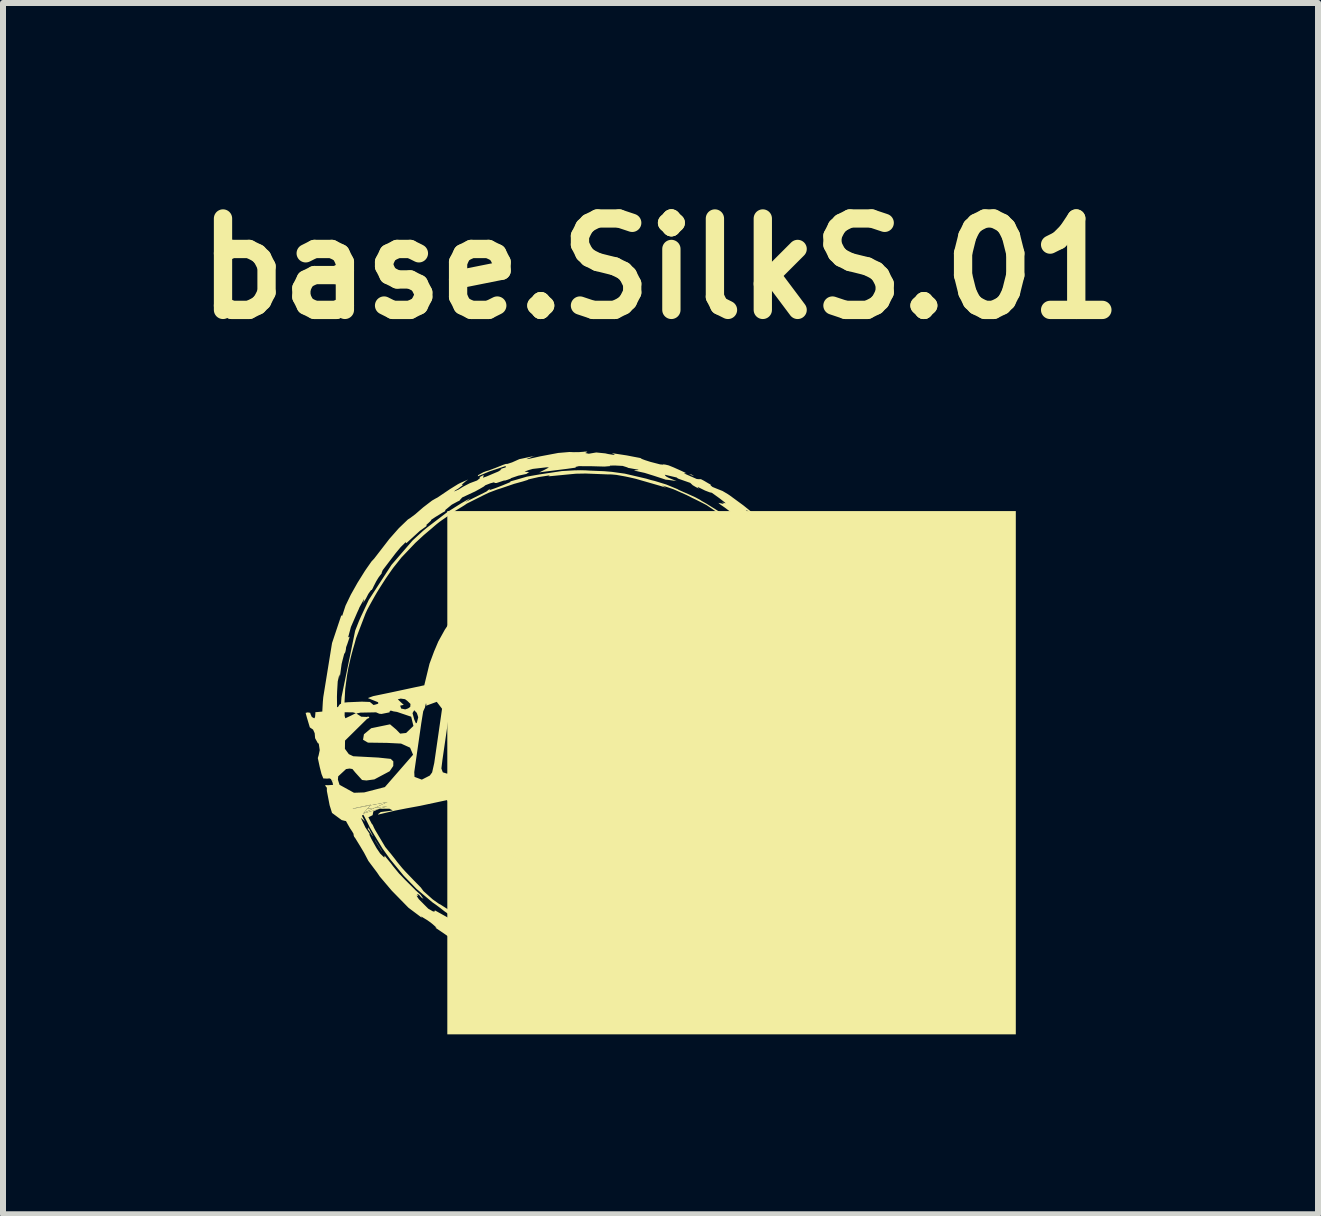
<source format=kicad_pcb>
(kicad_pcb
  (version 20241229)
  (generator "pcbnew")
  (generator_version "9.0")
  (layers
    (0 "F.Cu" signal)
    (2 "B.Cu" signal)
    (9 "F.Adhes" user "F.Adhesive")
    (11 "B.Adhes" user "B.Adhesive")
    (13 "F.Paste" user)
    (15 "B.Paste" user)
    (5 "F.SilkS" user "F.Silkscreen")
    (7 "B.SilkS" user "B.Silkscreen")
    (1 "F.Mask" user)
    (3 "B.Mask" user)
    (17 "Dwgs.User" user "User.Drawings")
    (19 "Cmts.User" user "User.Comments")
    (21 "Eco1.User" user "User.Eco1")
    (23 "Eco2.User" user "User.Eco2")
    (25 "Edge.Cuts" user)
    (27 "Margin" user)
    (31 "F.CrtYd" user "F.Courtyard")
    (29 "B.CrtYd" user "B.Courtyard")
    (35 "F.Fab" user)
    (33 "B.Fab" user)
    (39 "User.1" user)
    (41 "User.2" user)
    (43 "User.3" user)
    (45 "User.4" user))
  (footprint "base.SilkS.01"
    (layer "F.Cu")
    (at 7.961 9.334)
    (property "Reference" "base.SilkS.01" (at 0 -7.907 0) (layer "F.SilkS") (effects (font (size 1.524 1.524) (thickness 0.305))))
    (attr smd)
    (fp_poly (pts (xy -3.554 0.498) (xy -3.554 -3.864) (xy 1.185 -3.864) (xy 5.923 -3.864) (xy 5.923 0.498) (xy 5.923 4.859) (xy 1.185 4.859) (xy -3.554 4.859) (xy -3.554 0.498)) (stroke (width 0) (type solid)) (fill yes) (layer "F.SilkS"))
    (fp_poly (pts (xy -1.322 3.857) (xy -1.45 3.853) (xy -1.923 3.815) (xy -2.162 3.767) (xy -2.298 3.725) (xy -2.236 3.74) (xy -2.137 3.769) (xy -2.103 3.775) (xy -2.094 3.767) (xy -2.11 3.748) (xy -2.2 3.724) (xy -2.264 3.705) (xy -2.421 3.675) (xy -2.524 3.653) (xy -2.567 3.644) (xy -2.6 3.634) (xy -2.637 3.621) (xy -2.691 3.603) (xy -2.874 3.552) (xy -2.882 3.546) (xy -2.897 3.53) (xy -2.927 3.518) (xy -3.045 3.482) (xy -3.199 3.423) (xy -3.226 3.402) (xy -3.217 3.399) (xy -3.252 3.381) (xy -3.431 3.291) (xy -3.508 3.251) (xy -3.515 3.244) (xy -3.623 3.169) (xy -3.75 3.083) (xy -3.755 3.076) (xy -3.746 3.081) (xy -3.734 3.081) (xy -3.764 3.053) (xy -3.798 3.023) (xy -3.831 2.996) (xy -3.889 2.955) (xy -3.991 2.893) (xy -5.464 0.637) (xy -5.452 0.636) (xy -5.452 0.636) (xy -5.462 0.626) (xy -5.464 0.637) (xy -3.991 2.893) (xy -3.978 2.916) (xy -4.201 2.749) (xy -5.351 0.699) (xy -5.11 0.832) (xy -4.939 0.826) (xy -4.939 0.826) (xy -4.595 0.737) (xy -4.125 0.198) (xy -4.175 0.08) (xy -4.325 0.012) (xy -4.557 0.000433) (xy -4.877 -0.004) (xy -4.959 -0.052) (xy -4.944 -0.143) (xy -4.823 -0.244) (xy -4.509 -0.309) (xy -4.406 -0.222) (xy -4.34 -0.154) (xy -4.241 -0.165) (xy -4.119 -0.282) (xy -4.156 -0.436) (xy -4.393 -0.516) (xy -4.452 -0.525) (xy -4.498 -0.539) (xy -4.518 -0.521) (xy -4.516 -0.509) (xy -4.537 -0.505) (xy -4.651 -0.482) (xy -4.689 -0.486) (xy -4.742 -0.509) (xy -5.003 -0.504) (xy -5.07 -0.489) (xy -4.988 -0.436) (xy -4.889 -0.432) (xy -4.876 -0.442) (xy -4.863 -0.432) (xy -4.853 -0.418) (xy -4.892 -0.4) (xy -5.259 -0.038) (xy -5.261 0.099) (xy -5.196 0.188) (xy -5.122 0.223) (xy -4.705 0.245) (xy -4.497 0.267) (xy -4.454 0.309) (xy -4.455 0.385) (xy -4.515 0.473) (xy -4.77 0.609) (xy -4.903 0.627) (xy -4.975 0.619) (xy -5.09 0.492) (xy -5.136 0.436) (xy -5.184 0.428) (xy -5.242 0.437) (xy -5.373 0.558) (xy -5.378 0.613) (xy -5.351 0.699) (xy -4.201 2.749) (xy -4.48 2.464) (xy -4.68 2.228) (xy -4.726 2.16) (xy -4.832 2.019) (xy -4.87 1.968) (xy -4.942 1.831) (xy -5.01 1.717) (xy -5.096 1.577) (xy -5.104 1.572) (xy -5.116 1.539) (xy -5.117 1.517) (xy -5.139 1.479) (xy -5.175 1.425) (xy -4.058 0.158) (xy -4.105 0.487) (xy -4.101 0.567) (xy -3.979 0.613) (xy -3.979 0.613) (xy -3.846 0.545) (xy -3.807 0.492) (xy -3.772 0.336) (xy -3.656 -0.468) (xy -3.642 -0.569) (xy -3.73 -0.684) (xy -3.892 -0.625) (xy -3.903 -0.615) (xy -3.904 -0.639) (xy -3.909 -0.662) (xy -3.919 -0.626) (xy -3.926 -0.591) (xy -3.956 -0.526) (xy -3.988 -0.328) (xy -4.058 0.158) (xy -5.175 1.425) (xy -5.214 1.357) (xy -5.243 1.304) (xy -3.508 0.506) (xy -3.364 0.382) (xy -3.352 0.34) (xy -3.248 -0.384) (xy -3.244 -0.388) (xy -3.001 -0.097) (xy -2.669 0.276) (xy -2.584 0.291) (xy -2.441 0.248) (xy -2.373 0.18) (xy -2.362 0.166) (xy -2.356 0.174) (xy -2.317 0.208) (xy -2.272 0.217) (xy -2.169 0.195) (xy -1.992 -0.044) (xy -1.927 -0.159) (xy -1.298 -0.302) (xy -1.268 -0.229) (xy -1.199 -0.074) (xy -1.058 -0.054) (xy -0.96 -0.117) (xy -0.923 -0.281) (xy -1.08 -0.668) (xy -1.25 -1.081) (xy -1.354 -1.208) (xy -1.519 -1.193) (xy -1.691 -1.059) (xy -2.273 -0.051) (xy -2.33 0.042) (xy -2.311 -0.102) (xy -2.243 -0.579) (xy -2.194 -0.931) (xy -2.213 -0.991) (xy -2.275 -1.016) (xy -2.472 -0.901) (xy -2.497 -0.805) (xy -2.592 -0.139) (xy -2.599 -0.105) (xy -3.123 -0.722) (xy -3.259 -0.795) (xy -3.397 -0.747) (xy -3.507 -0.595) (xy -3.563 -0.215) (xy -3.635 0.281) (xy -3.653 0.427) (xy -3.629 0.491) (xy -3.558 0.513) (xy -3.508 0.506) (xy -3.508 0.506) (xy -5.243 1.304) (xy -5.268 1.299) (xy -4.686 1.099) (xy -4.787 1.142) (xy -4.793 1.173) (xy -4.799 1.205) (xy -4.852 1.232) (xy -4.87 1.24) (xy -4.814 1.348) (xy -4.798 1.366) (xy -4.789 1.386) (xy -4.775 1.418) (xy -4.754 1.457) (xy -4.589 1.735) (xy -4.519 1.821) (xy -4.496 1.848) (xy -4.426 1.937) (xy -4.389 1.986) (xy -4.308 2.085) (xy -4.253 2.146) (xy -4.108 2.297) (xy -3.996 2.411) (xy -3.951 2.472) (xy -3.798 2.609) (xy -3.692 2.684) (xy -3.672 2.693) (xy -3.312 2.923) (xy -3.221 2.979) (xy -2.926 3.128) (xy -2.87 3.149) (xy -2.493 3.293) (xy -2.443 3.307) (xy -2.351 3.331) (xy -2.014 3.411) (xy -1.976 3.417) (xy -1.851 3.437) (xy -1.805 3.444) (xy -1.766 3.451) (xy -1.747 3.458) (xy -1.741 3.465) (xy -1.716 3.468) (xy -1.588 3.478) (xy -1.448 3.487) (xy -1.393 3.488) (xy -1.215 3.487) (xy -1.215 3.487) (xy -1.176 3.48) (xy -1.117 3.475) (xy -0.653 3.432) (xy -0.615 3.428) (xy -0.471 3.401) (xy -0.372 3.378) (xy -0.256 3.351) (xy -0.201 3.338) (xy 0.079 3.247) (xy 0.216 3.188) (xy 0.255 3.174) (xy 0.46 3.085) (xy 0.542 3.039) (xy 0.767 2.915) (xy 0.814 2.884) (xy 1.005 2.759) (xy 1.085 2.702) (xy 1.216 2.601) (xy 1.415 2.431) (xy 1.457 2.395) (xy 1.609 2.247) (xy 1.629 2.23) (xy 1.663 2.204) (xy 1.757 2.091) (xy 1.794 2.041) (xy 1.873 1.942) (xy 1.912 1.89) (xy 1.942 1.849) (xy 2.014 1.75) (xy 2.046 1.706) (xy 2.092 1.634) (xy 2.267 1.329) (xy 2.34 1.184) (xy 2.381 1.102) (xy 2.412 1.043) (xy 2.473 0.885) (xy 2.499 0.802) (xy 2.524 0.735) (xy 2.538 0.696) (xy 2.608 0.442) (xy 2.628 0.363) (xy 2.659 0.229) (xy 2.674 0.15) (xy 2.696 -0.004) (xy 2.716 -0.178) (xy 2.729 -0.321) (xy 2.736 -0.418) (xy 2.736 -0.444) (xy 2.641 -0.428) (xy 2.532 -0.408) (xy 2.478 -0.418) (xy 2.437 -0.426) (xy 2.425 -0.41) (xy 2.295 -0.349) (xy 2.191 -0.328) (xy 1.966 -0.279) (xy 1.964 -0.284) (xy 1.969 -0.307) (xy 1.891 -0.386) (xy 1.852 -0.393) (xy 1.807 -0.341) (xy 1.842 -0.273) (xy 1.847 -0.256) (xy 1.654 -0.209) (xy 1.463 -0.164) (xy 1.454 -0.114) (xy 1.407 0.123) (xy 1.351 0.328) (xy 1.266 0.548) (xy 0.772 1.332) (xy 0.447 1.65) (xy 0.403 1.682) (xy 0.337 1.729) (xy 0.283 1.765) (xy 0.261 1.778) (xy 0.111 1.876) (xy -0.29 2.071) (xy -0.374 2.101) (xy -0.983 2.228) (xy -1.061 2.235) (xy -1.454 2.234) (xy -1.752 2.191) (xy -1.773 2.183) (xy -1.819 2.171) (xy -1.872 2.158) (xy -1.948 2.141) (xy -2.025 2.121) (xy -2.078 2.106) (xy -2.147 2.083) (xy -2.268 2.039) (xy -2.348 2.006) (xy -2.435 1.969) (xy -2.674 1.836) (xy -2.751 1.785) (xy -2.809 1.742) (xy -2.942 1.644) (xy -3.034 1.574) (xy -3.249 1.365) (xy -3.418 1.16) (xy -3.463 1.097) (xy -3.51 1.03) (xy -3.558 0.954) (xy -4.008 1.05) (xy -4.236 1.092) (xy -4.424 1.129) (xy -4.709 1.196) (xy -4.706 1.186) (xy -4.663 1.153) (xy -4.519 1.135) (xy -4.463 1.127) (xy -4.519 1.098) (xy -4.686 1.099) (xy -5.268 1.299) (xy -5.315 1.287) (xy 0.076 -0.333) (xy 0.213 -0.495) (xy 0.169 -0.537) (xy 0.085 -0.538) (xy -0.251 -0.462) (xy -0.567 -0.392) (xy -0.478 -1.018) (xy -0.447 -1.372) (xy -0.487 -1.408) (xy -0.531 -1.415) (xy -0.746 -1.277) (xy -0.791 -1.009) (xy -0.861 -0.524) (xy -0.901 -0.242) (xy -0.892 -0.178) (xy -0.774 -0.14) (xy -0.774 -0.14) (xy 0.076 -0.333) (xy -5.315 1.287) (xy -5.476 1.168) (xy -3.42 0.923) (xy -3.493 0.936) (xy -3.501 0.941) (xy -3.414 1.067) (xy -3.309 1.197) (xy -3.269 1.244) (xy -3.22 1.298) (xy -3.126 1.394) (xy -3.061 1.463) (xy -3.057 1.472) (xy -3.049 1.485) (xy -2.885 1.636) (xy -2.859 1.648) (xy -2.845 1.653) (xy -2.646 1.779) (xy -2.539 1.845) (xy -2.339 1.945) (xy -2.295 1.961) (xy -2.041 2.057) (xy -2.018 2.062) (xy -1.961 2.077) (xy -1.74 2.131) (xy -1.687 2.14) (xy -1.628 2.148) (xy -1.585 2.155) (xy -1.559 2.161) (xy -1.548 2.167) (xy -1.535 2.174) (xy -1.434 2.183) (xy -1.25 2.19) (xy -1.201 2.188) (xy -1.201 2.188) (xy -1.17 2.181) (xy -1.118 2.176) (xy -0.881 2.156) (xy -0.786 2.145) (xy -0.691 2.127) (xy -0.63 2.112) (xy -0.555 2.095) (xy -0.509 2.085) (xy -0.406 2.058) (xy -0.232 1.982) (xy -0.212 1.975) (xy -0.07 1.917) (xy -0.012 1.883) (xy 0.131 1.804) (xy 0.172 1.777) (xy 0.31 1.686) (xy 0.357 1.654) (xy 0.561 1.486) (xy 0.6 1.454) (xy 0.702 1.356) (xy 0.718 1.344) (xy 0.742 1.327) (xy 0.805 1.249) (xy 0.841 1.201) (xy 0.871 1.164) (xy 0.895 1.131) (xy 0.944 1.062) (xy 0.971 1.027) (xy 1.004 0.982) (xy 1.036 0.934) (xy 1.142 0.747) (xy 1.193 0.648) (xy 1.218 0.599) (xy 1.24 0.56) (xy 1.29 0.435) (xy 1.302 0.394) (xy 1.321 0.344) (xy 1.336 0.304) (xy 1.378 0.149) (xy 1.394 0.089) (xy 1.424 -0.038) (xy 1.438 -0.156) (xy 1.362 -0.144) (xy 1.286 -0.125) (xy 1.28 -0.1) (xy 1.216 0.134) (xy 1.195 0.21) (xy 1.166 0.306) (xy 1.138 0.373) (xy 1.119 0.416) (xy 1.086 0.483) (xy 0.711 1.117) (xy 0.49 1.369) (xy 0.454 1.41) (xy 0.433 1.439) (xy 0.376 1.512) (xy 0.359 1.531) (xy 0.338 1.549) (xy 0.32 1.567) (xy 0.316 1.568) (xy 0.319 1.551) (xy 0.216 1.626) (xy 0.192 1.643) (xy 0.193 1.629) (xy 0.163 1.642) (xy 0.147 1.662) (xy -0.21 1.891) (xy -0.296 1.939) (xy -0.331 1.952) (xy -0.388 1.971) (xy -0.659 2.056) (xy -0.995 2.104) (xy -1.036 2.101) (xy -1.056 2.102) (xy -1.293 2.115) (xy -1.511 2.11) (xy -1.763 2.065) (xy -1.847 2.035) (xy -1.796 2.05) (xy -1.729 2.066) (xy -1.719 2.045) (xy -1.738 2.042) (xy -1.782 2.027) (xy -1.841 2.011) (xy -1.921 1.998) (xy -1.984 1.988) (xy -2.007 1.984) (xy -2.028 1.978) (xy -2.047 1.971) (xy -2.112 1.952) (xy -2.169 1.94) (xy -2.194 1.93) (xy -2.187 1.926) (xy -2.194 1.921) (xy -2.205 1.917) (xy -2.221 1.911) (xy -2.283 1.896) (xy -2.387 1.864) (xy -2.402 1.848) (xy -2.397 1.844) (xy -2.42 1.832) (xy -2.455 1.818) (xy -2.519 1.785) (xy -2.585 1.745) (xy -2.64 1.707) (xy -2.714 1.655) (xy -2.714 1.652) (xy -2.706 1.653) (xy -2.724 1.628) (xy -2.756 1.597) (xy -2.794 1.571) (xy -2.856 1.537) (xy -2.852 1.557) (xy -2.844 1.566) (xy -2.851 1.563) (xy -2.997 1.455) (xy -3.276 1.147) (xy -3.303 1.112) (xy -3.302 1.105) (xy -3.346 1.043) (xy -3.392 0.98) (xy -3.42 0.923) (xy -5.476 1.168) (xy -2.536 0.587) (xy -2.558 0.596) (xy -2.559 0.619) (xy -2.494 0.63) (xy -2.43 0.64) (xy -2.548 0.721) (xy -2.966 0.819) (xy -3.181 0.867) (xy -3.174 0.885) (xy -3.142 0.884) (xy -3.14 0.874) (xy -3.121 0.895) (xy -3.083 0.939) (xy -3.054 0.979) (xy -2.998 1.046) (xy -2.981 1.059) (xy -2.904 1.134) (xy -2.857 1.181) (xy -2.839 1.2) (xy -2.791 1.245) (xy -2.781 1.266) (xy -2.771 1.285) (xy -2.786 1.28) (xy -2.799 1.264) (xy -2.815 1.244) (xy -2.837 1.252) (xy -2.829 1.27) (xy -2.84 1.286) (xy -2.83 1.31) (xy -2.788 1.359) (xy -2.744 1.406) (xy -2.721 1.421) (xy -2.668 1.414) (xy -2.667 1.408) (xy -2.615 1.433) (xy -2.514 1.479) (xy -2.441 1.515) (xy -2.379 1.552) (xy -2.337 1.58) (xy -2.367 1.568) (xy -2.402 1.561) (xy -2.282 1.614) (xy -2.253 1.63) (xy -2.223 1.65) (xy -2.199 1.653) (xy -2.112 1.669) (xy -2.001 1.714) (xy -1.924 1.748) (xy -1.903 1.745) (xy -1.855 1.754) (xy -1.676 1.808) (xy -1.661 1.804) (xy -1.637 1.806) (xy -1.585 1.814) (xy -1.546 1.818) (xy -1.55 1.824) (xy -1.527 1.836) (xy -1.499 1.845) (xy -1.489 1.856) (xy -1.508 1.866) (xy -1.521 1.882) (xy -1.481 1.88) (xy -1.448 1.877) (xy -1.423 1.883) (xy -1.384 1.895) (xy -1.34 1.9) (xy -1.34 1.9) (xy -1.338 1.893) (xy -1.333 1.887) (xy -1.264 1.892) (xy -1.23 1.897) (xy -1.206 1.885) (xy -1.176 1.865) (xy -1.17 1.857) (xy -1.177 1.85) (xy -1.184 1.843) (xy -1.088 1.843) (xy -0.938 1.837) (xy -0.868 1.829) (xy -0.847 1.834) (xy -0.795 1.834) (xy -0.76 1.817) (xy -0.75 1.807) (xy -0.706 1.804) (xy -0.641 1.793) (xy -0.6 1.785) (xy -0.603 1.794) (xy -0.605 1.801) (xy -0.574 1.8) (xy -0.515 1.782) (xy -0.451 1.744) (xy -0.388 1.707) (xy -0.359 1.69) (xy -0.362 1.679) (xy -0.353 1.671) (xy -0.343 1.679) (xy -0.312 1.684) (xy -0.215 1.653) (xy -0.213 1.639) (xy -0.202 1.615) (xy -0.181 1.603) (xy -0.091 1.567) (xy -0.032 1.52) (xy -0.019 1.508) (xy -0.002 1.503) (xy 0.025 1.488) (xy 0.078 1.454) (xy 0.122 1.424) (xy 0.148 1.408) (xy 0.185 1.387) (xy 0.221 1.355) (xy 0.3 1.286) (xy 0.346 1.252) (xy 0.367 1.243) (xy 0.411 1.216) (xy 0.451 1.182) (xy 0.474 1.156) (xy 0.497 1.15) (xy 0.509 1.166) (xy 0.549 1.137) (xy 0.582 1.083) (xy 0.578 1.07) (xy 0.604 1.022) (xy 0.63 0.991) (xy 0.655 0.952) (xy 0.681 0.906) (xy 0.716 0.869) (xy 0.75 0.838) (xy 0.815 0.75) (xy 0.87 0.637) (xy 0.914 0.552) (xy 0.925 0.539) (xy 0.921 0.551) (xy 0.92 0.569) (xy 0.967 0.472) (xy 0.97 0.453) (xy 0.974 0.447) (xy 0.988 0.439) (xy 0.991 0.439) (xy 0.987 0.46) (xy 0.982 0.481) (xy 1.001 0.469) (xy 1.012 0.457) (xy 1.039 0.398) (xy 1.04 0.369) (xy 1.037 0.357) (xy 1.03 0.348) (xy 1.023 0.344) (xy 1.044 0.306) (xy 1.062 0.271) (xy 1.072 0.256) (xy 1.118 0.099) (xy 1.127 0.054) (xy 1.133 0.055) (xy 1.151 0.032) (xy 1.163 0.008) (xy 1.169 -0.019) (xy 1.178 -0.069) (xy 1.183 -0.1) (xy 0.909 -0.042) (xy 0.64 0.003) (xy 0.598 0.011) (xy 0.593 0.018) (xy 0.578 0.006) (xy 0.53 -0.019) (xy 0.474 0.019) (xy 0.44 0.061) (xy 0.051 0.146) (xy 0.039 0.1) (xy 0.019 0.036) (xy -0.031 0.016) (xy -0.052 0.021) (xy -0.055 0.063) (xy -0.061 0.163) (xy -0.168 0.196) (xy -0.484 0.27) (xy -0.534 0.286) (xy -0.574 0.297) (xy -0.644 0.289) (xy -0.688 0.276) (xy -0.794 0.295) (xy -0.812 0.3) (xy -0.834 0.291) (xy -0.871 0.278) (xy -0.978 0.28) (xy -1.041 0.29) (xy -1.1 0.311) (xy -1.104 0.366) (xy -1.126 0.407) (xy -1.254 0.439) (xy -1.597 0.514) (xy -1.894 0.58) (xy -1.961 0.595) (xy -2.012 0.595) (xy -2.291 0.588) (xy -2.536 0.587) (xy -5.476 1.168) (xy -2.502 0.536) (xy -2.517 0.553) (xy -2.471 0.554) (xy -2.335 0.552) (xy -2.335 0.552) (xy -2.242 0.548) (xy -2.258 0.538) (xy -2.502 0.536) (xy -5.476 1.168) (xy 0.008 -0.064) (xy 0.024 -0.082) (xy 0.022 -0.141) (xy 0.003 -0.179) (xy -0.032 -0.188) (xy -0.052 -0.134) (xy -0.053 -0.074) (xy -0.057 -0.064) (xy -0.022 -0.057) (xy 0.008 -0.064) (xy 0.008 -0.064) (xy -5.476 1.168) (xy 1.201 -0.262) (xy 1.221 -0.282) (xy 1.234 -0.343) (xy 1.14 -0.348) (xy 1.05 -0.348) (xy 1.037 -0.34) (xy 1.011 -0.317) (xy 1.042 -0.282) (xy 1.142 -0.251) (xy 1.152 -0.255) (xy 1.152 -0.255) (xy 1.174 -0.26) (xy 1.201 -0.262) (xy -5.476 1.168) (xy -5.265 -0.51) (xy -5.266 -0.45) (xy -5.254 -0.41) (xy -5.166 -0.451) (xy -5.166 -0.451) (xy -5.079 -0.495) (xy -5.128 -0.509) (xy -5.265 -0.51) (xy -5.476 1.168) (xy 0.637 -0.445) (xy 0.978 -0.532) (xy 1.276 -0.701) (xy 1.441 -0.864) (xy 1.628 -1.303) (xy 1.626 -1.489) (xy 1.387 -1.764) (xy 1.021 -1.773) (xy 0.986 -1.768) (xy 0.987 -1.776) (xy 0.933 -1.862) (xy 0.904 -1.87) (xy 0.888 -1.866) (xy 0.911 -1.827) (xy 0.95 -1.76) (xy 0.902 -1.747) (xy 0.35 -1.445) (xy 0.281 -1.369) (xy 0.086 -0.817) (xy 0.191 -0.546) (xy 0.466 -0.438) (xy 0.637 -0.445) (xy 0.637 -0.445) (xy -5.476 1.168) (xy -5.376 -0.599) (xy -5.368 -0.611) (xy -5.362 -0.62) (xy -5.354 -0.634) (xy -5.339 -0.648) (xy -5.326 -0.652) (xy -5.325 -0.675) (xy -5.318 -0.762) (xy -5.09 -1.871) (xy -5.028 -2.028) (xy -4.995 -2.103) (xy -4.863 -2.384) (xy -4.484 -2.968) (xy -4.133 -3.374) (xy -3.959 -3.534) (xy -3.893 -3.588) (xy -3.558 -3.844) (xy -3.509 -3.876) (xy -3.326 -3.991) (xy -3.23 -4.047) (xy -3.169 -4.076) (xy -3.216 -4.041) (xy -3.257 -4.013) (xy -3.228 -4.027) (xy -3.003 -4.139) (xy -2.903 -4.189) (xy -2.884 -4.204) (xy -2.871 -4.215) (xy -2.854 -4.227) (xy -2.837 -4.235) (xy -2.842 -4.228) (xy -2.852 -4.218) (xy -2.857 -4.211) (xy -2.754 -4.246) (xy -2.633 -4.293) (xy -2.58 -4.315) (xy -2.529 -4.336) (xy -2.498 -4.35) (xy -2.505 -4.354) (xy -2.507 -4.357) (xy -2.492 -4.362) (xy -2.402 -4.387) (xy -2.228 -4.438) (xy -2.15 -4.452) (xy -2.018 -4.475) (xy -1.646 -4.531) (xy -1.439 -4.543) (xy -1.33 -4.545) (xy -1.249 -4.543) (xy -1.187 -4.539) (xy -0.942 -4.529) (xy -0.811 -4.518) (xy -0.595 -4.488) (xy -0.239 -4.405) (xy -0.161 -4.382) (xy -0.092 -4.365) (xy 0.096 -4.307) (xy 0.282 -4.23) (xy 0.304 -4.217) (xy 0.492 -4.134) (xy 0.58 -4.094) (xy 0.653 -4.055) (xy 0.688 -4.032) (xy 0.764 -3.989) (xy 1.058 -3.805) (xy 1.249 -3.654) (xy 1.27 -3.63) (xy 1.451 -3.472) (xy 1.487 -3.438) (xy 1.524 -3.4) (xy 1.584 -3.334) (xy 1.621 -3.29) (xy 1.616 -3.286) (xy 1.646 -3.253) (xy 1.775 -3.111) (xy 1.801 -3.073) (xy 1.849 -3.013) (xy 1.925 -2.92) (xy 1.976 -2.863) (xy 2.134 -2.624) (xy 2.18 -2.552) (xy 2.294 -2.352) (xy 2.321 -2.308) (xy 2.34 -2.326) (xy 2.347 -2.334) (xy 2.36 -2.322) (xy 2.373 -2.309) (xy 2.397 -2.32) (xy 2.425 -2.336) (xy 2.416 -2.366) (xy 2.397 -2.399) (xy 2.391 -2.418) (xy 2.407 -2.435) (xy 2.413 -2.453) (xy 2.379 -2.5) (xy 2.353 -2.529) (xy 2.335 -2.546) (xy 2.216 -2.698) (xy 2.196 -2.709) (xy 2.187 -2.722) (xy 2.121 -2.85) (xy 2.035 -2.955) (xy 1.98 -3.019) (xy 1.96 -3.054) (xy 1.867 -3.168) (xy 1.853 -3.193) (xy 1.844 -3.213) (xy 1.833 -3.234) (xy 1.839 -3.237) (xy 1.764 -3.334) (xy 1.604 -3.494) (xy 1.589 -3.507) (xy 1.607 -3.507) (xy 1.626 -3.509) (xy 1.58 -3.556) (xy 1.467 -3.645) (xy 1.511 -3.597) (xy 1.543 -3.565) (xy 1.523 -3.572) (xy 1.503 -3.581) (xy 1.531 -3.545) (xy 1.555 -3.513) (xy 1.571 -3.476) (xy 1.596 -3.443) (xy 1.52 -3.517) (xy 1.334 -3.691) (xy 1.32 -3.708) (xy 1.295 -3.755) (xy 1.069 -3.924) (xy 0.999 -3.972) (xy 0.965 -4.001) (xy 1.058 -3.982) (xy 1.04 -3.998) (xy 1.025 -4.009) (xy 1.055 -4) (xy 1.087 -3.994) (xy 1.061 -4.017) (xy 0.98 -4.08) (xy 0.856 -4.169) (xy 0.819 -4.177) (xy 0.743 -4.206) (xy 0.626 -4.264) (xy 0.619 -4.259) (xy 0.637 -4.244) (xy 0.655 -4.233) (xy 0.595 -4.261) (xy 0.537 -4.295) (xy 0.496 -4.334) (xy 0.302 -4.402) (xy 0.282 -4.413) (xy 0.269 -4.424) (xy 0.072 -4.47) (xy 0.082 -4.452) (xy 0.099 -4.438) (xy 0.139 -4.417) (xy 0.273 -4.362) (xy 0.252 -4.367) (xy 0.2 -4.374) (xy 0.137 -4.383) (xy 0.102 -4.387) (xy 0.089 -4.387) (xy -0.102 -4.45) (xy -0.262 -4.5) (xy -0.405 -4.532) (xy -0.425 -4.537) (xy -0.441 -4.546) (xy -0.407 -4.545) (xy -0.37 -4.548) (xy -0.37 -4.554) (xy -0.449 -4.568) (xy -0.542 -4.585) (xy -0.552 -4.592) (xy -0.631 -4.617) (xy -0.746 -4.623) (xy -0.79 -4.623) (xy -0.846 -4.622) (xy -0.838 -4.614) (xy -0.935 -4.606) (xy -1.153 -4.612) (xy -1.362 -4.613) (xy -1.416 -4.6) (xy -1.411 -4.592) (xy -1.424 -4.587) (xy -1.56 -4.568) (xy -1.973 -4.516) (xy -2.022 -4.508) (xy -1.932 -4.553) (xy -1.86 -4.591) (xy -1.897 -4.594) (xy -2.13 -4.567) (xy -2.197 -4.548) (xy -2.266 -4.522) (xy -2.244 -4.518) (xy -2.227 -4.518) (xy -2.206 -4.515) (xy -2.187 -4.515) (xy -2.2 -4.508) (xy -2.22 -4.494) (xy -2.236 -4.483) (xy -2.372 -4.454) (xy -2.49 -4.414) (xy -2.501 -4.404) (xy -2.553 -4.385) (xy -2.595 -4.372) (xy -2.604 -4.375) (xy -2.703 -4.342) (xy -2.734 -4.332) (xy -2.764 -4.332) (xy -2.769 -4.336) (xy -2.77 -4.345) (xy -2.837 -4.327) (xy -2.919 -4.295) (xy -2.946 -4.273) (xy -3.013 -4.234) (xy -3.093 -4.19) (xy -3.126 -4.175) (xy -3.306 -4.091) (xy -3.339 -4.054) (xy -3.353 -4.036) (xy -3.378 -4.026) (xy -3.445 -3.99) (xy -3.481 -3.97) (xy -3.589 -3.881) (xy -3.588 -3.87) (xy -3.59 -3.862) (xy -3.634 -3.838) (xy -3.725 -3.782) (xy -3.747 -3.769) (xy -3.822 -3.719) (xy -3.827 -3.705) (xy -3.859 -3.674) (xy -3.913 -3.625) (xy -3.896 -3.632) (xy -3.903 -3.612) (xy -4.012 -3.534) (xy -4.228 -3.337) (xy -4.247 -3.328) (xy -4.244 -3.35) (xy -4.331 -3.264) (xy -4.417 -3.16) (xy -4.632 -2.878) (xy -4.65 -2.831) (xy -4.645 -2.83) (xy -4.686 -2.777) (xy -4.704 -2.752) (xy -4.74 -2.692) (xy -4.785 -2.604) (xy -4.795 -2.581) (xy -4.814 -2.549) (xy -4.826 -2.547) (xy -4.871 -2.483) (xy -4.911 -2.405) (xy -4.953 -2.341) (xy -4.964 -2.322) (xy -4.949 -2.358) (xy -4.94 -2.401) (xy -4.978 -2.332) (xy -5.018 -2.26) (xy -5.032 -2.226) (xy -5.056 -2.174) (xy -5.161 -1.932) (xy -5.207 -1.76) (xy -5.192 -1.766) (xy -5.183 -1.77) (xy -5.188 -1.747) (xy -5.222 -1.645) (xy -5.241 -1.595) (xy -5.245 -1.557) (xy -5.255 -1.512) (xy -5.265 -1.494) (xy -5.273 -1.484) (xy -5.301 -1.376) (xy -5.316 -1.316) (xy -5.345 -1.103) (xy -5.347 -1.066) (xy -5.347 -1.105) (xy -5.353 -1.145) (xy -5.381 -1.024) (xy -5.391 -0.859) (xy -5.394 -0.768) (xy -5.392 -0.594) (xy -5.376 -0.599) (xy -5.376 -0.599) (xy -5.476 1.168) (xy -5.256 -0.899) (xy -5.268 -0.672) (xy -5.218 -0.677) (xy -4.979 -0.687) (xy -4.845 -0.682) (xy -4.812 -0.655) (xy -4.784 -0.631) (xy -4.744 -0.641) (xy -4.744 -0.641) (xy -4.706 -0.654) (xy -4.707 -0.677) (xy -4.814 -0.72) (xy -4.878 -0.747) (xy -4.79 -0.779) (xy -4.492 -0.841) (xy -3.938 -0.96) (xy -3.93 -0.994) (xy -3.851 -1.319) (xy -3.774 -1.526) (xy -3.744 -1.596) (xy -3.705 -1.689) (xy -3.596 -1.886) (xy -3.441 -2.118) (xy -3.381 -2.193) (xy -3.146 -2.46) (xy -3.053 -2.544) (xy -3.006 -2.582) (xy -2.778 -2.757) (xy -2.723 -2.793) (xy -2.657 -2.835) (xy -2.584 -2.878) (xy -2.518 -2.912) (xy -2.543 -2.888) (xy -2.54 -2.882) (xy -2.477 -2.915) (xy -2.413 -2.945) (xy -2.334 -2.984) (xy -2.321 -2.996) (xy -2.304 -2.999) (xy -2.234 -3.021) (xy -2.15 -3.054) (xy -2.117 -3.069) (xy -2.085 -3.083) (xy -2.064 -3.1) (xy -2.061 -3.106) (xy -1.998 -3.123) (xy -1.829 -3.167) (xy -1.735 -3.183) (xy -1.345 -3.23) (xy -1.264 -3.231) (xy -1.218 -3.229) (xy -1.125 -3.225) (xy -0.978 -3.216) (xy -0.928 -3.213) (xy -0.762 -3.19) (xy -0.572 -3.146) (xy -0.428 -3.107) (xy -0.369 -3.092) (xy -0.178 -3.014) (xy -0.032 -2.95) (xy 0.093 -2.884) (xy 0.145 -2.854) (xy 0.285 -2.773) (xy 0.435 -2.664) (xy 0.475 -2.625) (xy 0.536 -2.566) (xy 0.589 -2.519) (xy 0.629 -2.483) (xy 0.662 -2.448) (xy 0.699 -2.406) (xy 0.722 -2.377) (xy 0.717 -2.376) (xy 0.747 -2.341) (xy 0.825 -2.252) (xy 0.827 -2.243) (xy 0.888 -2.166) (xy 0.927 -2.124) (xy 0.967 -2.079) (xy 0.997 -2.043) (xy 1.012 -2.047) (xy 1.22 -2.097) (xy 1.366 -2.126) (xy 1.967 -2.262) (xy 2.167 -2.306) (xy 2.278 -2.29) (xy 2.295 -2.277) (xy 2.274 -2.325) (xy 2.252 -2.38) (xy 2.197 -2.476) (xy 2.13 -2.579) (xy 2.079 -2.653) (xy 2.067 -2.67) (xy 2.002 -2.776) (xy 1.898 -2.914) (xy 1.85 -2.974) (xy 1.754 -3.094) (xy 1.697 -3.166) (xy 1.552 -3.324) (xy 1.482 -3.399) (xy 1.375 -3.498) (xy 1.386 -3.483) (xy 1.406 -3.458) (xy 1.408 -3.451) (xy 1.401 -3.457) (xy 1.35 -3.503) (xy 1.248 -3.591) (xy 1.213 -3.622) (xy 0.952 -3.82) (xy 0.916 -3.846) (xy 0.928 -3.845) (xy 0.94 -3.843) (xy 0.935 -3.85) (xy 0.767 -3.964) (xy 0.7 -3.999) (xy 0.58 -4.059) (xy 0.53 -4.083) (xy 0.44 -4.129) (xy 0.242 -4.217) (xy 0.203 -4.233) (xy 0.025 -4.292) (xy 0.078 -4.262) (xy 0.097 -4.253) (xy -0.003 -4.284) (xy -0.395 -4.397) (xy -0.416 -4.403) (xy -0.525 -4.428) (xy -0.592 -4.442) (xy -0.734 -4.467) (xy -0.807 -4.474) (xy -0.852 -4.476) (xy -0.892 -4.476) (xy -1.247 -4.49) (xy -1.41 -4.487) (xy -1.517 -4.477) (xy -1.826 -4.447) (xy -1.871 -4.444) (xy -1.845 -4.456) (xy -1.864 -4.457) (xy -2.032 -4.431) (xy -2.203 -4.392) (xy -2.213 -4.387) (xy -2.202 -4.387) (xy -2.295 -4.358) (xy -2.44 -4.318) (xy -2.563 -4.276) (xy -2.666 -4.241) (xy -2.721 -4.224) (xy -2.864 -4.17) (xy -2.949 -4.129) (xy -3.228 -3.989) (xy -3.266 -3.963) (xy -3.309 -3.936) (xy -3.374 -3.897) (xy -3.426 -3.866) (xy -3.514 -3.803) (xy -3.569 -3.764) (xy -3.642 -3.714) (xy -3.689 -3.68) (xy -3.732 -3.646) (xy -3.771 -3.613) (xy -3.81 -3.579) (xy -3.946 -3.464) (xy -4.087 -3.334) (xy -4.318 -3.091) (xy -4.452 -2.923) (xy -4.478 -2.887) (xy -4.548 -2.787) (xy -4.577 -2.745) (xy -4.672 -2.597) (xy -4.728 -2.507) (xy -4.768 -2.438) (xy -4.814 -2.356) (xy -4.86 -2.273) (xy -4.887 -2.223) (xy -4.902 -2.19) (xy -4.918 -2.155) (xy -5.075 -1.745) (xy -5.099 -1.657) (xy -5.128 -1.558) (xy -5.141 -1.509) (xy -5.157 -1.449) (xy -5.168 -1.405) (xy -5.204 -1.248) (xy -5.214 -1.189) (xy -5.226 -1.124) (xy -5.256 -0.899) (xy -5.476 1.168) (xy 2.604 -0.904) (xy 2.789 -0.96) (xy 2.852 -1.048) (xy 2.853 -1.09) (xy 2.843 -1.134) (xy 2.691 -1.506) (xy 2.522 -1.919) (xy 2.461 -2.034) (xy 2.445 -2.052) (xy 2.452 -2.062) (xy 2.439 -2.159) (xy 2.417 -2.143) (xy 2.426 -2.081) (xy 2.435 -2.06) (xy 2.412 -2.065) (xy 2.299 -2.066) (xy 2.109 -1.962) (xy 1.984 -1.77) (xy 1.683 -1.245) (xy 1.428 -0.799) (xy 1.461 -0.645) (xy 1.559 -0.649) (xy 1.559 -0.649) (xy 1.787 -0.93) (xy 1.841 -1.02) (xy 2.467 -1.16) (xy 2.491 -1.098) (xy 2.604 -0.904) (xy -5.476 1.168) (xy -5.516 1.04) (xy 1.36 -0.274) (xy 1.422 -0.293) (xy 1.419 -0.329) (xy 1.404 -0.339) (xy 1.367 -0.34) (xy 1.33 -0.341) (xy 1.326 -0.322) (xy 1.32 -0.291) (xy 1.36 -0.274) (xy 1.36 -0.274) (xy -5.516 1.04) (xy -5.562 0.802) (xy -5.562 0.748) (xy -5.581 0.726) (xy -5.591 0.704) (xy -5.542 0.706) (xy -5.458 0.7) (xy -5.469 0.655) (xy -5.494 0.603) (xy -5.519 0.592) (xy -5.556 0.596) (xy -5.621 0.593) (xy -5.651 0.52) (xy -5.681 0.402) (xy -5.713 0.253) (xy -5.699 0.207) (xy -5.681 0.121) (xy -5.697 0.013) (xy -5.713 0.004) (xy -5.758 -0.078) (xy -5.765 -0.161) (xy -5.792 -0.221) (xy -5.846 -0.258) (xy -5.895 -0.422) (xy -5.916 -0.5) (xy -5.88 -0.508) (xy -5.84 -0.501) (xy -5.834 -0.479) (xy -5.813 -0.432) (xy -5.772 -0.409) (xy -5.759 -0.43) (xy -4.33 -0.679) (xy -4.28 -0.633) (xy -4.317 -0.626) (xy -4.34 -0.62) (xy -4.323 -0.572) (xy -4.256 -0.558) (xy -4.256 -0.558) (xy -4.209 -0.574) (xy -4.172 -0.6) (xy -4.168 -0.649) (xy -4.221 -0.7) (xy -4.259 -0.728) (xy -4.33 -0.738) (xy -4.38 -0.726) (xy -4.33 -0.679) (xy -5.759 -0.43) (xy -5.753 -0.495) (xy -5.754 -0.511) (xy -5.697 -0.516) (xy -5.638 -0.522) (xy -5.634 -0.597) (xy -4.106 -0.544) (xy -4.134 -0.496) (xy -4.106 -0.391) (xy -4.077 -0.325) (xy -4.062 -0.336) (xy -4.062 -0.336) (xy -4.039 -0.427) (xy -4.051 -0.466) (xy -4.063 -0.5) (xy -4.106 -0.544) (xy -5.634 -0.597) (xy -5.629 -0.685) (xy -5.622 -0.762) (xy -5.476 -1.663) (xy -5.322 -2.124) (xy -5.314 -2.122) (xy -5.306 -2.119) (xy -5.251 -2.287) (xy -5.163 -2.47) (xy -5.051 -2.669) (xy -4.928 -2.866) (xy -4.902 -2.904) (xy -4.818 -3.024) (xy -4.774 -3.071) (xy -4.52 -3.4) (xy -4.362 -3.579) (xy -4.211 -3.724) (xy -4.173 -3.748) (xy -4.09 -3.81) (xy -3.955 -3.927) (xy -3.809 -4.039) (xy -3.75 -4.073) (xy -3.716 -4.091) (xy -3.513 -4.228) (xy -3.376 -4.313) (xy -3.337 -4.333) (xy -3.257 -4.368) (xy -3.206 -4.391) (xy -3.246 -4.362) (xy -3.314 -4.305) (xy -3.301 -4.301) (xy -3.288 -4.302) (xy -3.376 -4.236) (xy -3.421 -4.21) (xy -3.442 -4.19) (xy -3.368 -4.222) (xy -3.288 -4.272) (xy -3.178 -4.329) (xy -3.058 -4.374) (xy -3.006 -4.416) (xy -3.013 -4.423) (xy -3.02 -4.427) (xy -2.953 -4.464) (xy -2.952 -4.458) (xy -2.946 -4.45) (xy -2.955 -4.438) (xy -2.959 -4.42) (xy -2.894 -4.443) (xy -2.789 -4.488) (xy -2.705 -4.523) (xy -2.651 -4.557) (xy -2.664 -4.56) (xy -2.676 -4.558) (xy -2.665 -4.565) (xy -2.642 -4.574) (xy -2.581 -4.593) (xy -2.577 -4.606) (xy -2.587 -4.613) (xy -2.847 -4.527) (xy -3.045 -4.444) (xy -3.044 -4.453) (xy -3.041 -4.463) (xy -2.952 -4.512) (xy -2.903 -4.53) (xy -2.864 -4.541) (xy -2.743 -4.587) (xy -2.621 -4.636) (xy -2.579 -4.65) (xy -2.551 -4.651) (xy -2.474 -4.676) (xy -2.353 -4.73) (xy -2.28 -4.745) (xy -2.192 -4.764) (xy -2.085 -4.787) (xy -2.124 -4.776) (xy -2.234 -4.731) (xy -2.205 -4.732) (xy -2.12 -4.751) (xy -2.003 -4.777) (xy -1.706 -4.833) (xy -1.519 -4.849) (xy -1.446 -4.846) (xy -1.357 -4.847) (xy -1.278 -4.853) (xy -1.262 -4.856) (xy -1.229 -4.856) (xy -1.22 -4.853) (xy -1.234 -4.843) (xy -1.256 -4.832) (xy -1.195 -4.82) (xy -1.119 -4.833) (xy -1.071 -4.841) (xy -0.921 -4.826) (xy -0.872 -4.815) (xy -0.795 -4.803) (xy -0.76 -4.799) (xy -0.785 -4.818) (xy -0.811 -4.826) (xy -0.792 -4.827) (xy -0.562 -4.792) (xy -0.439 -4.768) (xy -0.307 -4.743) (xy -0.32 -4.743) (xy -0.335 -4.742) (xy -0.258 -4.713) (xy -0.167 -4.684) (xy -0.005 -4.642) (xy 0.043 -4.638) (xy 0.044 -4.643) (xy 0.08 -4.639) (xy 0.135 -4.626) (xy 0.219 -4.592) (xy 0.525 -4.458) (xy 0.474 -4.483) (xy 0.518 -4.472) (xy 0.559 -4.447) (xy 0.525 -4.458) (xy 0.219 -4.592) (xy 0.349 -4.534) (xy 0.433 -4.494) (xy 0.4 -4.497) (xy 0.399 -4.489) (xy 0.604 -4.399) (xy 0.645 -4.395) (xy 0.655 -4.397) (xy 0.676 -4.395) (xy 0.724 -4.37) (xy 0.797 -4.327) (xy 0.837 -4.305) (xy 0.835 -4.293) (xy 0.867 -4.266) (xy 0.958 -4.229) (xy 1.034 -4.199) (xy 1.119 -4.149) (xy 1.152 -4.127) (xy 1.38 -3.96) (xy 1.512 -3.854) (xy 1.517 -3.841) (xy 1.518 -3.828) (xy 1.609 -3.753) (xy 1.691 -3.678) (xy 1.677 -3.688) (xy 1.65 -3.706) (xy 1.586 -3.756) (xy 1.459 -3.865) (xy 1.422 -3.882) (xy 3.33 -1.178) (xy 3.254 -1.215) (xy 3.215 -1.188) (xy 3.226 -1.154) (xy 3.308 -1.119) (xy 3.34 -1.123) (xy 3.34 -1.123) (xy 3.33 -1.178) (xy 1.422 -3.882) (xy 1.546 -3.759) (xy 1.63 -3.683) (xy 1.676 -3.646) (xy 1.739 -3.587) (xy 1.788 -3.534) (xy 1.707 -3.595) (xy 1.682 -3.609) (xy 1.902 -3.393) (xy 1.974 -3.33) (xy 2.069 -3.258) (xy 2.095 -3.232) (xy 2.311 -2.866) (xy 2.313 -2.868) (xy 2.346 -2.834) (xy 2.341 -2.827) (xy 2.341 -2.827) (xy 2.311 -2.866) (xy 2.095 -3.232) (xy 2.106 -3.212) (xy 2.082 -3.207) (xy 2.09 -3.185) (xy 2.108 -3.162) (xy 2.168 -3.082) (xy 2.212 -3.002) (xy 2.185 -3.036) (xy 2.152 -3.071) (xy 2.135 -3.088) (xy 2.015 -3.229) (xy 1.966 -3.289) (xy 1.85 -3.41) (xy 1.797 -3.444) (xy 1.809 -3.41) (xy 1.976 -3.245) (xy 1.962 -3.245) (xy 1.948 -3.244) (xy 1.966 -3.216) (xy 2.036 -3.119) (xy 2.103 -3.028) (xy 2.13 -3.011) (xy 2.099 -3.063) (xy 2.054 -3.138) (xy 2.246 -2.912) (xy 2.251 -2.904) (xy 2.245 -2.907) (xy 2.243 -2.895) (xy 2.391 -2.67) (xy 2.417 -2.647) (xy 2.44 -2.612) (xy 2.483 -2.533) (xy 2.534 -2.446) (xy 2.566 -2.393) (xy 1.674 -1.726) (xy 1.706 -1.758) (xy 1.62 -1.792) (xy 1.531 -1.783) (xy 1.504 -1.739) (xy 1.529 -1.727) (xy 1.599 -1.721) (xy 1.674 -1.726) (xy 1.674 -1.726) (xy 2.566 -2.393) (xy 1.921 -1.962) (xy 1.934 -2.045) (xy 1.934 -2.107) (xy 1.905 -2.191) (xy 1.831 -2.203) (xy 1.832 -2.159) (xy 1.849 -2.007) (xy 1.882 -1.961) (xy 1.921 -1.962) (xy 1.921 -1.962) (xy 2.566 -2.393) (xy 3.041 -2.257) (xy 3.005 -2.234) (xy 3.002 -2.194) (xy 3.058 -2.152) (xy 3.064 -2.16) (xy 3.064 -2.16) (xy 3.056 -2.212) (xy 3.041 -2.257) (xy 2.566 -2.393) (xy 2.605 -2.399) (xy 2.82 -2.427) (xy 2.886 -2.429) (xy 1.655 -1.832) (xy 1.71 -1.889) (xy 1.614 -1.888) (xy 1.571 -1.858) (xy 1.569 -1.844) (xy 1.655 -1.832) (xy 1.655 -1.832) (xy 2.886 -2.429) (xy 2.929 -2.447) (xy 3.017 -2.473) (xy 3.031 -2.474) (xy 3.043 -2.498) (xy 3.065 -2.522) (xy 3.111 -2.378) (xy 3.085 -2.382) (xy 3.061 -2.404) (xy 2.996 -2.445) (xy 2.979 -2.437) (xy 2.976 -2.39) (xy 3.036 -2.283) (xy 3.054 -2.286) (xy 3.147 -2.181) (xy 3.279 -1.696) (xy 3.258 -1.639) (xy 3.24 -1.588) (xy 3.282 -1.546) (xy 3.353 -1.427) (xy 3.465 -0.995) (xy 2.344 -0.611) (xy 2.416 -0.678) (xy 2.394 -0.692) (xy 2.285 -0.683) (xy 2.272 -0.67) (xy 2.273 -0.652) (xy 2.296 -0.609) (xy 2.344 -0.611) (xy 2.344 -0.611) (xy 3.465 -0.995) (xy 3.445 -0.975) (xy 3.424 -0.959) (xy 3.458 -0.91) (xy 3.486 -0.884) (xy 3.5 -0.86) (xy 3.445 -0.875) (xy 3.388 -0.892) (xy 3.38 -0.875) (xy 3.4 -0.865) (xy 3.418 -0.856) (xy 3.407 -0.846) (xy 3.396 -0.833) (xy 3.429 -0.781) (xy 3.479 -0.751) (xy 3.542 -0.706) (xy 3.55 -0.69) (xy 3.548 -0.651) (xy 3.513 -0.623) (xy 3.466 -0.621) (xy 3.393 -0.626) (xy 3.251 -0.619) (xy 3.134 -0.618) (xy 3.119 -0.61) (xy 3.141 -0.578) (xy 3.18 -0.553) (xy 3.044 -0.516) (xy 2.947 -0.494) (xy 2.745 -0.447) (xy 2.743 -0.359) (xy 2.708 0.039) (xy 2.615 0.5) (xy 2.588 0.599) (xy 2.546 0.739) (xy 2.512 0.836) (xy 2.325 1.273) (xy 1.556 2.352) (xy 1.352 2.547) (xy 1.285 2.608) (xy 1.137 2.726) (xy 1.036 2.797) (xy 0.968 2.844) (xy 0.359 3.244) (xy 0.404 3.225) (xy 0.359 3.248) (xy 0.352 3.25) (xy 0.359 3.244) (xy 0.359 3.244) (xy 0.968 2.844) (xy 0.929 2.868) (xy 0.131 3.331) (xy 0.164 3.315) (xy 0.133 3.335) (xy 0.131 3.331) (xy 0.131 3.331) (xy 0.929 2.868) (xy 0.222 3.25) (xy -0.175 3.388) (xy -0.657 3.495) (xy -1.306 3.587) (xy -1.263 3.583) (xy -1.215 3.582) (xy -1.242 3.596) (xy -1.275 3.593) (xy -1.275 3.593) (xy -1.306 3.587) (xy -0.657 3.495) (xy -0.953 3.527) (xy -1.029 3.533) (xy -1.609 3.53) (xy -1.934 3.491) (xy -2 3.48) (xy -2.04 3.469) (xy -2.076 3.457) (xy -2.143 3.441) (xy -2.228 3.421) (xy -2.337 3.395) (xy -2.435 3.369) (xy -2.74 3.27) (xy -2.807 3.243) (xy -2.917 3.197) (xy -3.091 3.119) (xy -3.14 3.093) (xy -3.191 3.066) (xy -3.967 2.637) (xy -3.982 2.618) (xy -3.968 2.632) (xy -3.967 2.637) (xy -3.967 2.637) (xy -3.191 3.066) (xy -3.285 3.013) (xy -3.371 2.963) (xy -3.459 2.906) (xy -3.6 2.809) (xy -3.668 2.756) (xy -3.74 2.702) (xy -3.803 2.658) (xy -4.068 2.434) (xy -4.28 2.216) (xy -4.65 1.799) (xy -4.759 1.626) (xy -4.756 1.624) (xy -4.64 1.809) (xy -4.65 1.799) (xy -4.65 1.799) (xy -4.28 2.216) (xy -4.505 1.942) (xy -4.808 1.542) (xy -4.842 1.486) (xy -4.865 1.455) (xy -4.881 1.437) (xy -4.879 1.427) (xy -4.87 1.433) (xy -4.872 1.408) (xy -4.867 1.414) (xy -4.854 1.439) (xy -4.792 1.561) (xy -4.808 1.542) (xy -4.808 1.542) (xy -4.505 1.942) (xy -4.569 1.853) (xy -4.635 1.76) (xy -4.696 1.66) (xy -4.791 1.503) (xy -4.839 1.421) (xy -4.848 1.406) (xy -4.859 1.381) (xy -4.891 1.317) (xy -4.934 1.235) (xy -4.955 1.198) (xy -4.969 1.206) (xy -4.977 1.215) (xy -4.964 1.241) (xy -4.938 1.292) (xy -4.925 1.316) (xy -4.96 1.279) (xy -4.996 1.25) (xy -4.92 1.41) (xy -4.849 1.516) (xy -4.847 1.526) (xy -4.856 1.525) (xy -4.821 1.599) (xy -4.79 1.655) (xy -4.734 1.755) (xy -4.673 1.845) (xy -4.605 1.912) (xy -4.6 1.894) (xy -4.599 1.879) (xy -4.581 1.903) (xy -4.493 2.01) (xy -4.458 2.057) (xy -4.357 2.18) (xy -4.329 2.208) (xy -4.262 2.279) (xy -4.102 2.438) (xy -4.087 2.454) (xy -3.999 2.533) (xy -3.975 2.568) (xy -3.952 2.6) (xy -3.993 2.573) (xy -4.005 2.557) (xy -4.029 2.529) (xy -4.063 2.525) (xy -4.034 2.558) (xy -4.047 2.553) (xy -4.068 2.546) (xy -4.047 2.579) (xy -4.029 2.606) (xy -3.912 2.724) (xy -3.871 2.765) (xy -3.794 2.809) (xy -3.769 2.813) (xy -3.763 2.801) (xy -3.763 2.791) (xy -3.751 2.798) (xy -3.487 2.945) (xy -3.412 2.984) (xy -3.289 3.059) (xy -3.198 3.113) (xy -3.251 3.09) (xy -3.307 3.066) (xy -3.292 3.084) (xy -3.113 3.165) (xy -3.052 3.196) (xy -2.967 3.237) (xy -2.842 3.269) (xy -2.591 3.367) (xy -2.466 3.412) (xy -2.443 3.412) (xy -2.437 3.408) (xy -2.357 3.431) (xy -2.076 3.51) (xy -2.027 3.514) (xy -1.986 3.517) (xy -1.875 3.534) (xy -1.823 3.54) (xy -1.813 3.542) (xy -1.822 3.544) (xy -1.825 3.555) (xy -1.737 3.565) (xy -1.734 3.572) (xy -1.72 3.583) (xy -1.735 3.591) (xy -1.776 3.601) (xy -1.727 3.611) (xy -1.659 3.609) (xy -1.6 3.615) (xy -1.48 3.635) (xy -1.453 3.63) (xy -1.419 3.624) (xy -1.357 3.628) (xy -1.291 3.632) (xy -1.227 3.624) (xy -1.176 3.584) (xy -1.124 3.58) (xy -0.766 3.561) (xy -0.651 3.547) (xy -0.596 3.548) (xy -0.565 3.551) (xy -0.458 3.525) (xy -0.437 3.512) (xy -0.393 3.5) (xy -0.218 3.466) (xy -0.175 3.466) (xy -0.183 3.476) (xy -0.131 3.468) (xy 0.117 3.367) (xy 0.207 3.322) (xy 0.25 3.302) (xy 0.251 3.289) (xy 0.25 3.279) (xy 0.268 3.277) (xy 0.284 3.283) (xy 0.408 3.253) (xy 0.479 3.227) (xy 0.502 3.204) (xy 0.508 3.187) (xy 0.561 3.153) (xy 0.733 3.074) (xy 0.823 3.008) (xy 0.844 2.991) (xy 0.875 2.976) (xy 0.912 2.955) (xy 0.972 2.917) (xy 1.099 2.83) (xy 1.131 2.809) (xy 1.19 2.772) (xy 1.255 2.72) (xy 1.423 2.575) (xy 1.483 2.528) (xy 1.51 2.509) (xy 1.547 2.49) (xy 1.589 2.452) (xy 1.642 2.404) (xy 1.689 2.353) (xy 1.722 2.32) (xy 1.724 2.333) (xy 1.727 2.35) (xy 1.742 2.349) (xy 1.85 2.232) (xy 1.858 2.198) (xy 1.861 2.171) (xy 1.908 2.119) (xy 1.952 2.068) (xy 1.992 2.007) (xy 2.048 1.923) (xy 2.108 1.85) (xy 2.159 1.793) (xy 2.215 1.707) (xy 2.246 1.663) (xy 2.262 1.642) (xy 2.365 1.445) (xy 2.399 1.369) (xy 2.453 1.281) (xy 2.446 1.3) (xy 2.442 1.326) (xy 2.484 1.243) (xy 2.529 1.124) (xy 2.537 1.111) (xy 2.552 1.098) (xy 2.546 1.131) (xy 2.537 1.173) (xy 2.562 1.139) (xy 2.576 1.12) (xy 2.604 1.066) (xy 2.627 0.972) (xy 2.625 0.958) (xy 2.624 0.944) (xy 2.615 0.94) (xy 2.646 0.865) (xy 2.671 0.808) (xy 2.684 0.78) (xy 2.708 0.733) (xy 2.762 0.515) (xy 2.781 0.43) (xy 2.786 0.432) (xy 2.809 0.389) (xy 2.823 0.352) (xy 2.829 0.33) (xy 2.854 0.198) (xy 2.88 0.035) (xy 2.904 -0.122) (xy 2.928 -0.243) (xy 2.951 -0.381) (xy 2.982 -0.441) (xy 2.995 -0.452) (xy 2.996 -0.381) (xy 3.005 -0.299) (xy 3.011 -0.307) (xy 3.017 -0.298) (xy 2.999 -0.123) (xy 2.965 0.068) (xy 2.92 0.331) (xy 2.861 0.551) (xy 2.823 0.688) (xy 2.78 0.834) (xy 2.742 0.928) (xy 2.7 1.035) (xy 2.672 1.093) (xy 1.827 2.438) (xy 1.649 2.624) (xy 1.571 2.704) (xy 1.516 2.766) (xy 1.425 2.867) (xy 1.409 2.882) (xy 1.361 2.923) (xy 1.329 2.947) (xy 1.333 2.93) (xy 1.177 3.044) (xy 1.123 3.084) (xy 1.128 3.066) (xy 1.056 3.114) (xy 0.436 3.487) (xy 0.276 3.568) (xy 0.234 3.581) (xy 0.159 3.605) (xy -0.194 3.722) (xy -0.508 3.791) (xy -0.717 3.821) (xy -0.88 3.834) (xy -0.943 3.833) (xy -0.969 3.834) (xy -1.195 3.854) (xy -1.237 3.857) (xy -1.321 3.857) (xy -1.322 3.857)) (stroke (width 0) (type solid)) (fill yes) (layer "F.SilkS")))
  (gr_rect
    (start -3 -3)
    (end 18.922 17.193)
    (stroke (width 0.1) (type default))
    (fill no)
    (layer "Edge.Cuts")))
</source>
